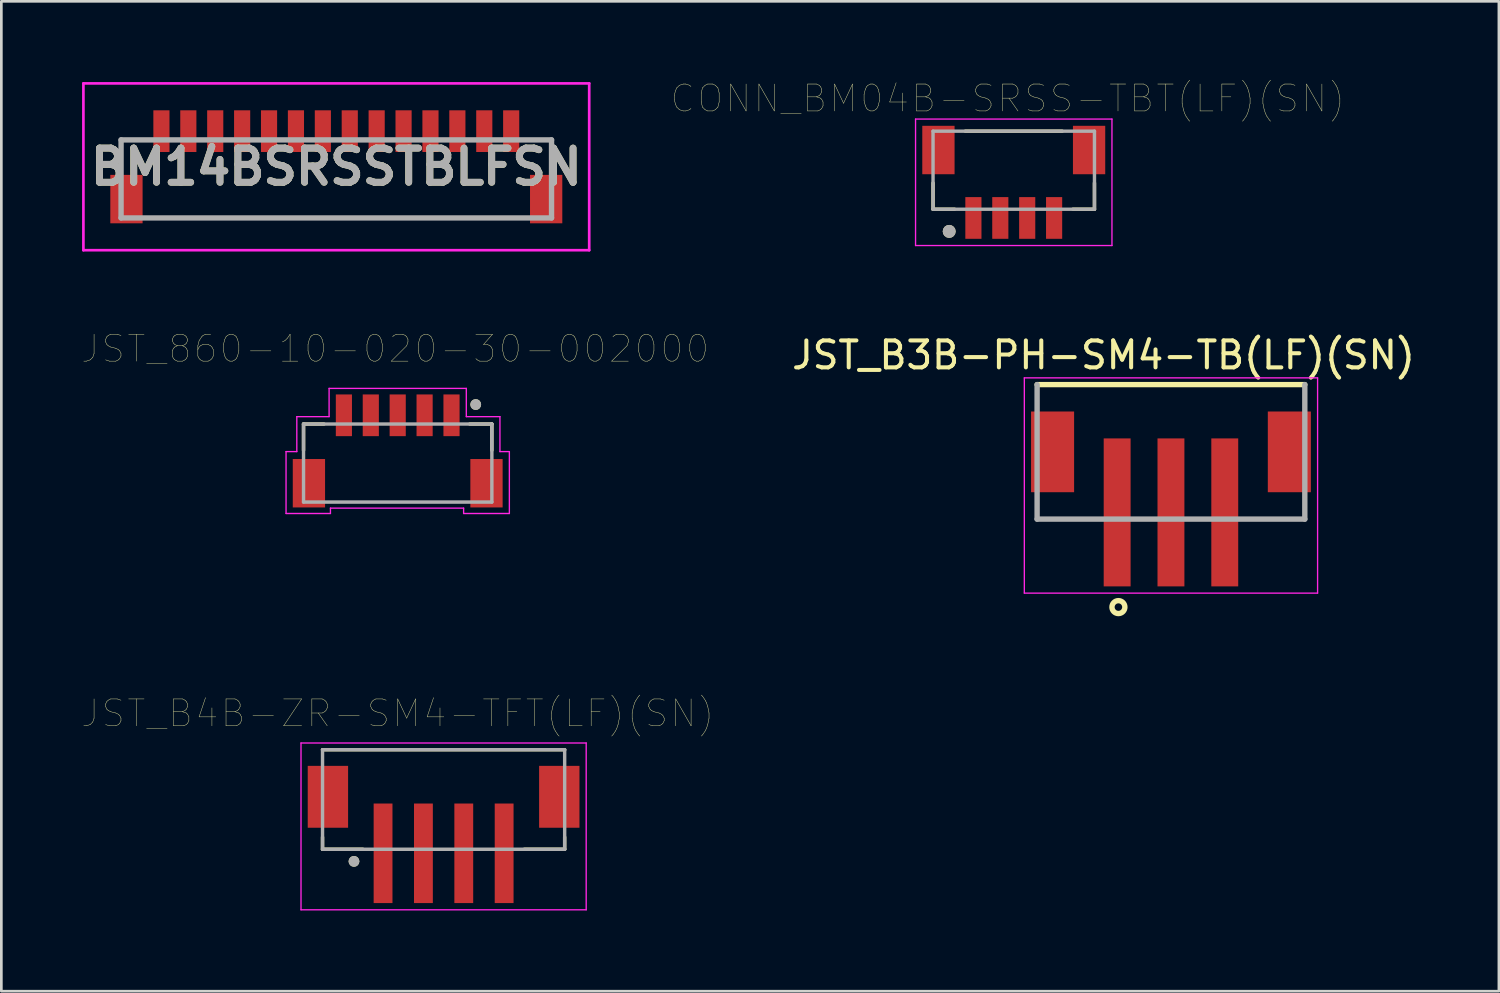
<source format=kicad_pcb>
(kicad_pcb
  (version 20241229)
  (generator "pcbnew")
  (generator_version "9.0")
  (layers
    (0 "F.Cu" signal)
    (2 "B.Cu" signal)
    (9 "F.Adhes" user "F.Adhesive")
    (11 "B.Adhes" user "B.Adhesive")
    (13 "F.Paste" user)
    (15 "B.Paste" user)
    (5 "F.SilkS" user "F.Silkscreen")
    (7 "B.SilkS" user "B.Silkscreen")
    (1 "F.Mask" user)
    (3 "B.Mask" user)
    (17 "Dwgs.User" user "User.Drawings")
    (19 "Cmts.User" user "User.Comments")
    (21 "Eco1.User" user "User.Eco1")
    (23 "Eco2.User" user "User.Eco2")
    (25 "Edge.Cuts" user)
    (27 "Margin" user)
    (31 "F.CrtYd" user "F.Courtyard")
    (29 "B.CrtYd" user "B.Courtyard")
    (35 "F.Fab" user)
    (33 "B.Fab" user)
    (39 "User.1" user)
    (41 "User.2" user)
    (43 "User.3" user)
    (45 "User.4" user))
  (footprint "JST_B3B-PH-SM4-TB(LF)(SN)"
    (layer "F.Cu")
    (at 40.473 13.745)
    (property "Reference" "JST_B3B-PH-SM4-TB(LF)(SN)" (at -2.506 -3.596 0) (layer "F.SilkS") (effects (font (size 1.002 1.002) (thickness 0.15))))
    (attr through_hole)
    (fp_line (start -4.975 -2.5) (end 4.975 -2.5) (stroke (width 0.2) (type solid)) (layer "F.SilkS"))
    (fp_circle (center -1.953 5.77) (end -1.713 5.77) (stroke (width 0.2) (type solid)) (fill no) (layer "F.SilkS"))
    (fp_line (start -5.45 -2.75) (end 5.45 -2.75) (stroke (width 0.05) (type solid)) (layer "F.CrtYd"))
    (fp_line (start -5.45 5.25) (end -5.45 -2.75) (stroke (width 0.05) (type solid)) (layer "F.CrtYd"))
    (fp_line (start 5.45 -2.75) (end 5.45 5.25) (stroke (width 0.05) (type solid)) (layer "F.CrtYd"))
    (fp_line (start 5.45 5.25) (end -5.45 5.25) (stroke (width 0.05) (type solid)) (layer "F.CrtYd"))
    (fp_line (start -4.975 2.5) (end -4.975 -2.5) (stroke (width 0.2) (type solid)) (layer "F.Fab"))
    (fp_line (start 4.975 -2.5) (end 4.975 2.5) (stroke (width 0.2) (type solid)) (layer "F.Fab"))
    (fp_line (start 4.975 2.5) (end -4.975 2.5) (stroke (width 0.2) (type solid)) (layer "F.Fab"))
    (pad "1" smd rect (at -2 2.25) (size 1 5.5) (layers "F.Cu" "F.Mask" "F.Paste"))
    (pad "2" smd rect (at 0 2.25) (size 1 5.5) (layers "F.Cu" "F.Mask" "F.Paste"))
    (pad "3" smd rect (at 2 2.25) (size 1 5.5) (layers "F.Cu" "F.Mask" "F.Paste"))
    (pad "4" smd rect (at 4.4 0) (size 1.6 3) (layers "F.Cu" "F.Mask" "F.Paste"))
    (pad "5" smd rect (at -4.4 0) (size 1.6 3) (layers "F.Cu" "F.Mask" "F.Paste")))
  (footprint "JST_B4B-ZR-SM4-TFT(LF)(SN)"
    (layer "F.Cu")
    (at 13.438 26.666)
    (property "Reference" "JST_B4B-ZR-SM4-TFT(LF)(SN)" (at -1.706 -3.2 0) (layer "F.SilkS") (effects (font (size 1 1) (thickness 0.015))))
    (attr through_hole)
    (fp_line (start -4.5 -1.85) (end 4.5 -1.85) (stroke (width 0.127) (type solid)) (layer "F.SilkS"))
    (fp_line (start -4.5 1.4) (end -4.5 1.85) (stroke (width 0.127) (type solid)) (layer "F.SilkS"))
    (fp_line (start -4.5 1.85) (end -3 1.85) (stroke (width 0.127) (type solid)) (layer "F.SilkS"))
    (fp_line (start 4.5 1.4) (end 4.5 1.85) (stroke (width 0.127) (type solid)) (layer "F.SilkS"))
    (fp_line (start 4.5 1.85) (end 3 1.85) (stroke (width 0.127) (type solid)) (layer "F.SilkS"))
    (fp_circle (center -3.331 2.3) (end -3.231 2.3) (stroke (width 0.2) (type solid)) (fill no) (layer "F.SilkS"))
    (fp_line (start -5.3 -2.1) (end 5.3 -2.1) (stroke (width 0.05) (type solid)) (layer "F.CrtYd"))
    (fp_line (start -5.3 4.1) (end -5.3 -2.1) (stroke (width 0.05) (type solid)) (layer "F.CrtYd"))
    (fp_line (start 5.3 -2.1) (end 5.3 4.1) (stroke (width 0.05) (type solid)) (layer "F.CrtYd"))
    (fp_line (start 5.3 4.1) (end -5.3 4.1) (stroke (width 0.05) (type solid)) (layer "F.CrtYd"))
    (fp_line (start -4.5 -1.85) (end 4.5 -1.85) (stroke (width 0.127) (type solid)) (layer "F.Fab"))
    (fp_line (start -4.5 1.85) (end -4.5 -1.85) (stroke (width 0.127) (type solid)) (layer "F.Fab"))
    (fp_line (start 4.5 -1.85) (end 4.5 1.85) (stroke (width 0.127) (type solid)) (layer "F.Fab"))
    (fp_line (start 4.5 1.85) (end -4.5 1.85) (stroke (width 0.127) (type solid)) (layer "F.Fab"))
    (fp_circle (center -3.331 2.3) (end -3.231 2.3) (stroke (width 0.2) (type solid)) (fill no) (layer "F.Fab"))
    (pad "1" smd rect (at -2.25 2) (size 0.7 3.7) (layers "F.Cu" "F.Mask" "F.Paste"))
    (pad "2" smd rect (at -0.75 2) (size 0.7 3.7) (layers "F.Cu" "F.Mask" "F.Paste"))
    (pad "3" smd rect (at 0.75 2) (size 0.7 3.7) (layers "F.Cu" "F.Mask" "F.Paste"))
    (pad "4" smd rect (at 2.25 2) (size 0.7 3.7) (layers "F.Cu" "F.Mask" "F.Paste"))
    (pad "S1" smd rect (at 4.3 -0.1) (size 1.5 2.3) (layers "F.Cu" "F.Mask" "F.Paste"))
    (pad "S2" smd rect (at -4.3 -0.1) (size 1.5 2.3) (layers "F.Cu" "F.Mask" "F.Paste")))
  (footprint "JST_860-10-020-30-002000"
    (layer "F.Cu")
    (at 13.732 12.386)
    (property "Reference" "JST_860-10-020-30-002000" (at -2.095 -2.475 0) (layer "F.SilkS") (effects (font (size 1 1) (thickness 0.015))))
    (attr through_hole)
    (fp_line (start -5.5 0.325) (end -5.5 1.3) (stroke (width 0.127) (type solid)) (layer "F.SilkS"))
    (fp_line (start -4.74 0.325) (end -5.5 0.325) (stroke (width 0.127) (type solid)) (layer "F.SilkS"))
    (fp_line (start 0.68 0.325) (end 1.5 0.325) (stroke (width 0.127) (type solid)) (layer "F.SilkS"))
    (fp_line (start 1.5 0.325) (end 1.5 1.3) (stroke (width 0.127) (type solid)) (layer "F.SilkS"))
    (fp_circle (center 0.9 -0.4) (end 1 -0.4) (stroke (width 0.2) (type solid)) (fill no) (layer "F.SilkS"))
    (fp_line (start -6.15 1.35) (end -5.75 1.35) (stroke (width 0.05) (type solid)) (layer "F.CrtYd"))
    (fp_line (start -6.15 3.65) (end -6.15 1.35) (stroke (width 0.05) (type solid)) (layer "F.CrtYd"))
    (fp_line (start -5.75 0.05) (end -4.55 0.05) (stroke (width 0.05) (type solid)) (layer "F.CrtYd"))
    (fp_line (start -5.75 1.35) (end -5.75 0.05) (stroke (width 0.05) (type solid)) (layer "F.CrtYd"))
    (fp_line (start -4.55 -1) (end 0.55 -1) (stroke (width 0.05) (type solid)) (layer "F.CrtYd"))
    (fp_line (start -4.55 0.05) (end -4.55 -1) (stroke (width 0.05) (type solid)) (layer "F.CrtYd"))
    (fp_line (start -4.5 3.45) (end -4.5 3.65) (stroke (width 0.05) (type solid)) (layer "F.CrtYd"))
    (fp_line (start -4.5 3.65) (end -6.15 3.65) (stroke (width 0.05) (type solid)) (layer "F.CrtYd"))
    (fp_line (start 0.45 3.45) (end -4.5 3.45) (stroke (width 0.05) (type solid)) (layer "F.CrtYd"))
    (fp_line (start 0.45 3.65) (end 0.45 3.45) (stroke (width 0.05) (type solid)) (layer "F.CrtYd"))
    (fp_line (start 0.55 -1) (end 0.55 0.05) (stroke (width 0.05) (type solid)) (layer "F.CrtYd"))
    (fp_line (start 0.55 0.05) (end 1.8 0.05) (stroke (width 0.05) (type solid)) (layer "F.CrtYd"))
    (fp_line (start 1.8 0.05) (end 1.8 1.35) (stroke (width 0.05) (type solid)) (layer "F.CrtYd"))
    (fp_line (start 1.8 1.35) (end 2.15 1.35) (stroke (width 0.05) (type solid)) (layer "F.CrtYd"))
    (fp_line (start 2.15 1.35) (end 2.15 3.65) (stroke (width 0.05) (type solid)) (layer "F.CrtYd"))
    (fp_line (start 2.15 3.65) (end 0.45 3.65) (stroke (width 0.05) (type solid)) (layer "F.CrtYd"))
    (fp_line (start -5.5 0.325) (end 1.5 0.325) (stroke (width 0.127) (type solid)) (layer "F.Fab"))
    (fp_line (start -5.5 3.225) (end -5.5 0.325) (stroke (width 0.127) (type solid)) (layer "F.Fab"))
    (fp_line (start 1.5 0.325) (end 1.5 3.225) (stroke (width 0.127) (type solid)) (layer "F.Fab"))
    (fp_line (start 1.5 3.225) (end -5.5 3.225) (stroke (width 0.127) (type solid)) (layer "F.Fab"))
    (fp_circle (center 0.9 -0.4) (end 1 -0.4) (stroke (width 0.2) (type solid)) (fill no) (layer "F.Fab"))
    (pad "1" smd rect (at 0 0) (size 0.6 1.55) (layers "F.Cu" "F.Mask" "F.Paste"))
    (pad "2" smd rect (at -1 0) (size 0.6 1.55) (layers "F.Cu" "F.Mask" "F.Paste"))
    (pad "3" smd rect (at -2 0) (size 0.6 1.55) (layers "F.Cu" "F.Mask" "F.Paste"))
    (pad "4" smd rect (at -3 0) (size 0.6 1.55) (layers "F.Cu" "F.Mask" "F.Paste"))
    (pad "5" smd rect (at -4 0) (size 0.6 1.55) (layers "F.Cu" "F.Mask" "F.Paste"))
    (pad "P1" smd rect (at -5.3 2.525) (size 1.2 1.8) (layers "F.Cu" "F.Mask" "F.Paste"))
    (pad "P2" smd rect (at 1.3 2.525) (size 1.2 1.8) (layers "F.Cu" "F.Mask" "F.Paste")))
  (footprint "CONN_BM04B-SRSS-TBT(LF)(SN)"
    (layer "F.Cu")
    (at 34.63 5.051)
    (property "Reference" "CONN_BM04B-SRSS-TBT(LF)(SN)" (at -0.225 -4.439 0) (layer "F.SilkS") (effects (font (size 1.001 1.001) (thickness 0.015))))
    (attr through_hole)
    (fp_line (start -3 -1.3) (end -3 -0.325) (stroke (width 0.127) (type solid)) (layer "F.SilkS"))
    (fp_line (start -3 -0.325) (end -2.2 -0.325) (stroke (width 0.127) (type solid)) (layer "F.SilkS"))
    (fp_line (start -1.8 -3.225) (end 1.8 -3.225) (stroke (width 0.127) (type solid)) (layer "F.SilkS"))
    (fp_line (start 3 -1.3) (end 3 -0.325) (stroke (width 0.127) (type solid)) (layer "F.SilkS"))
    (fp_line (start 3 -0.325) (end 2.2 -0.325) (stroke (width 0.127) (type solid)) (layer "F.SilkS"))
    (fp_circle (center -2.4 0.5) (end -2.28 0.5) (stroke (width 0.24) (type solid)) (fill no) (layer "F.SilkS"))
    (fp_line (start -3.65 -3.675) (end 3.65 -3.675) (stroke (width 0.05) (type solid)) (layer "F.CrtYd"))
    (fp_line (start -3.65 1.025) (end -3.65 -3.675) (stroke (width 0.05) (type solid)) (layer "F.CrtYd"))
    (fp_line (start 3.65 -3.675) (end 3.65 1.025) (stroke (width 0.05) (type solid)) (layer "F.CrtYd"))
    (fp_line (start 3.65 1.025) (end -3.65 1.025) (stroke (width 0.05) (type solid)) (layer "F.CrtYd"))
    (fp_line (start -3 -3.225) (end 3 -3.225) (stroke (width 0.127) (type solid)) (layer "F.Fab"))
    (fp_line (start -3 -0.325) (end -3 -3.225) (stroke (width 0.127) (type solid)) (layer "F.Fab"))
    (fp_line (start 3 -3.225) (end 3 -0.325) (stroke (width 0.127) (type solid)) (layer "F.Fab"))
    (fp_line (start 3 -0.325) (end -3 -0.325) (stroke (width 0.127) (type solid)) (layer "F.Fab"))
    (fp_circle (center -2.4 0.5) (end -2.28 0.5) (stroke (width 0.24) (type solid)) (fill no) (layer "F.Fab"))
    (pad "1" smd rect (at -1.5 0) (size 0.6 1.55) (layers "F.Cu" "F.Mask" "F.Paste"))
    (pad "2" smd rect (at -0.5 0) (size 0.6 1.55) (layers "F.Cu" "F.Mask" "F.Paste"))
    (pad "3" smd rect (at 0.5 0) (size 0.6 1.55) (layers "F.Cu" "F.Mask" "F.Paste"))
    (pad "4" smd rect (at 1.5 0) (size 0.6 1.55) (layers "F.Cu" "F.Mask" "F.Paste"))
    (pad "SH1" smd rect (at -2.8 -2.525) (size 1.2 1.8) (layers "F.Cu" "F.Mask" "F.Paste"))
    (pad "SH2" smd rect (at 2.8 -2.525) (size 1.2 1.8) (layers "F.Cu" "F.Mask" "F.Paste")))
  (footprint "BM14BSRSSTBLFSN"
    (layer "F.Cu")
    (at 1.65 4.35)
    (property "Reference" "BM14BSRSSTBLFSN" (at 7.8 -1.2 0) (layer "F.SilkS") (effects (font (size 1.27 1.27) (thickness 0.254))))
    (attr smd)
    (fp_line (start -0.2 -2.2) (end -0.2 -1.5) (stroke (width 0.1) (type solid)) (layer "F.SilkS"))
    (fp_line (start 0.5 -2.2) (end -0.2 -2.2) (stroke (width 0.1) (type solid)) (layer "F.SilkS"))
    (fp_line (start 1 0.7) (end 14.3 0.7) (stroke (width 0.1) (type solid)) (layer "F.SilkS"))
    (fp_line (start 15 -2.2) (end 15.8 -2.2) (stroke (width 0.1) (type solid)) (layer "F.SilkS"))
    (fp_line (start 15.8 -2.2) (end 15.8 -1.5) (stroke (width 0.1) (type solid)) (layer "F.SilkS"))
    (fp_line (start -1.6 -4.3) (end 17.2 -4.3) (stroke (width 0.1) (type solid)) (layer "F.CrtYd"))
    (fp_line (start -1.6 1.9) (end -1.6 -4.3) (stroke (width 0.1) (type solid)) (layer "F.CrtYd"))
    (fp_line (start 17.2 -4.3) (end 17.2 1.9) (stroke (width 0.1) (type solid)) (layer "F.CrtYd"))
    (fp_line (start 17.2 1.9) (end -1.6 1.9) (stroke (width 0.1) (type solid)) (layer "F.CrtYd"))
    (fp_line (start -0.2 -2.2) (end 15.8 -2.2) (stroke (width 0.2) (type solid)) (layer "F.Fab"))
    (fp_line (start -0.2 0.7) (end -0.2 -2.2) (stroke (width 0.2) (type solid)) (layer "F.Fab"))
    (fp_line (start 15.8 -2.2) (end 15.8 0.7) (stroke (width 0.2) (type solid)) (layer "F.Fab"))
    (fp_line (start 15.8 0.7) (end -0.2 0.7) (stroke (width 0.2) (type solid)) (layer "F.Fab"))
    (fp_text user "${REFERENCE}" (at 7.8 -1.2 0) (layer "F.Fab") (effects (font (size 1.27 1.27) (thickness 0.254))))
    (pad "1" smd rect (at 1.3 -2.525) (size 0.6 1.55) (layers "F.Cu" "F.Mask" "F.Paste"))
    (pad "2" smd rect (at 2.3 -2.525) (size 0.6 1.55) (layers "F.Cu" "F.Mask" "F.Paste"))
    (pad "3" smd rect (at 3.3 -2.525) (size 0.6 1.55) (layers "F.Cu" "F.Mask" "F.Paste"))
    (pad "4" smd rect (at 4.3 -2.525) (size 0.6 1.55) (layers "F.Cu" "F.Mask" "F.Paste"))
    (pad "5" smd rect (at 5.3 -2.525) (size 0.6 1.55) (layers "F.Cu" "F.Mask" "F.Paste"))
    (pad "6" smd rect (at 6.3 -2.525) (size 0.6 1.55) (layers "F.Cu" "F.Mask" "F.Paste"))
    (pad "7" smd rect (at 7.3 -2.525) (size 0.6 1.55) (layers "F.Cu" "F.Mask" "F.Paste"))
    (pad "8" smd rect (at 8.3 -2.525) (size 0.6 1.55) (layers "F.Cu" "F.Mask" "F.Paste"))
    (pad "9" smd rect (at 9.3 -2.525) (size 0.6 1.55) (layers "F.Cu" "F.Mask" "F.Paste"))
    (pad "10" smd rect (at 10.3 -2.525) (size 0.6 1.55) (layers "F.Cu" "F.Mask" "F.Paste"))
    (pad "11" smd rect (at 11.3 -2.525) (size 0.6 1.55) (layers "F.Cu" "F.Mask" "F.Paste"))
    (pad "12" smd rect (at 12.3 -2.525) (size 0.6 1.55) (layers "F.Cu" "F.Mask" "F.Paste"))
    (pad "13" smd rect (at 13.3 -2.525) (size 0.6 1.55) (layers "F.Cu" "F.Mask" "F.Paste"))
    (pad "14" smd rect (at 14.3 -2.525) (size 0.6 1.55) (layers "F.Cu" "F.Mask" "F.Paste"))
    (pad "MP1" smd rect (at 0 0) (size 1.2 1.8) (layers "F.Cu" "F.Mask" "F.Paste"))
    (pad "MP2" smd rect (at 15.6 0) (size 1.2 1.8) (layers "F.Cu" "F.Mask" "F.Paste")))
  (gr_rect
    (start -3 -3)
    (end 52.662 33.791)
    (stroke (width 0.1) (type default))
    (fill no)
    (layer "Edge.Cuts")))
</source>
